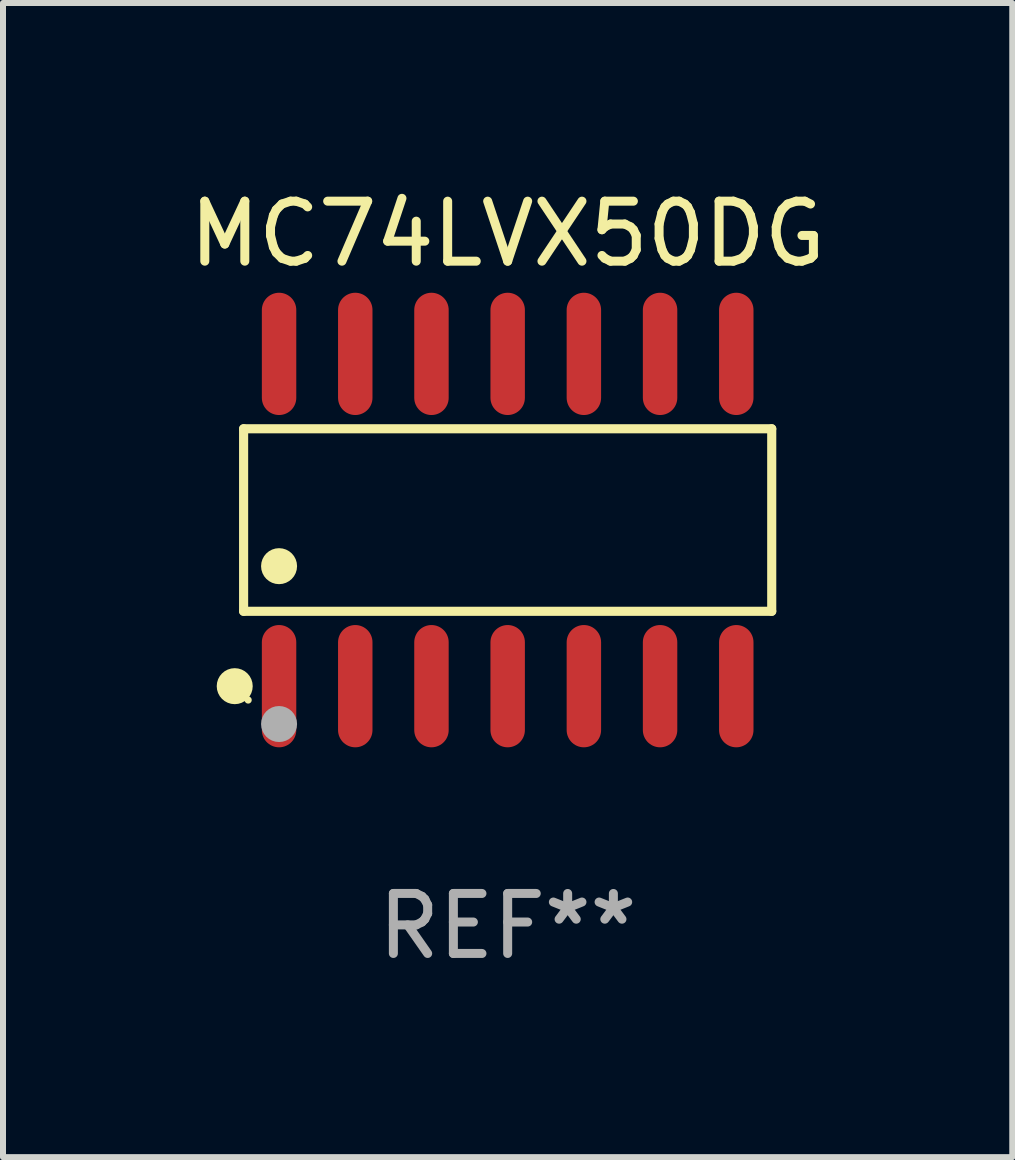
<source format=kicad_pcb>
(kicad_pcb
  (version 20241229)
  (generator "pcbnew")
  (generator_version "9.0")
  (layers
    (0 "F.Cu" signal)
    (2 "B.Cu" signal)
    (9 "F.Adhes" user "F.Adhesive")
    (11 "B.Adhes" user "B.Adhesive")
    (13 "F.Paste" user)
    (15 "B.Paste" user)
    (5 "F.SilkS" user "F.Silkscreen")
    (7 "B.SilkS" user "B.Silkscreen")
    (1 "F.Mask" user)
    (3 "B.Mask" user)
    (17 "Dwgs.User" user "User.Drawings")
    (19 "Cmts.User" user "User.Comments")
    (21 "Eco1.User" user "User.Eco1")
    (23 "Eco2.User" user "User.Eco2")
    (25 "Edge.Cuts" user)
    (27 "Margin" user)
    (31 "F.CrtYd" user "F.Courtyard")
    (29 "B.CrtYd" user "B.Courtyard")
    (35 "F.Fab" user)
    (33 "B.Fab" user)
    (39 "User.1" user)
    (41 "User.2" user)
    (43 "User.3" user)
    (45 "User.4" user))
  (footprint "MC74LVX50DG"
    (layer "F.Cu")
    (at 5.411 5.617)
    (property "Reference" "MC74LVX50DG" (at 0 -4.769 0) (layer "F.SilkS") (effects (font (size 1 1) (thickness 0.15))))
    (attr through_hole)
    (fp_line (start -4.401 -1.521) (end 4.401 -1.521) (stroke (width 0.152) (type solid)) (layer "F.SilkS"))
    (fp_line (start -4.401 1.521) (end -4.401 -1.521) (stroke (width 0.152) (type solid)) (layer "F.SilkS"))
    (fp_line (start 4.401 -1.521) (end 4.401 1.521) (stroke (width 0.152) (type solid)) (layer "F.SilkS"))
    (fp_line (start 4.401 1.521) (end -4.401 1.521) (stroke (width 0.152) (type solid)) (layer "F.SilkS"))
    (fp_circle (center -4.549 2.769) (end -4.399 2.769) (stroke (width 0.3) (type solid)) (fill no) (layer "F.SilkS"))
    (fp_circle (center -4.325 3) (end -4.295 3) (stroke (width 0.06) (type solid)) (fill no) (layer "F.SilkS"))
    (fp_circle (center -3.81 0.769) (end -3.66 0.769) (stroke (width 0.3) (type solid)) (fill no) (layer "F.SilkS"))
    (fp_circle (center -3.81 3.4) (end -3.66 3.4) (stroke (width 0.3) (type solid)) (fill no) (layer "F.Fab"))
    (fp_text user "REF**" (at 0 6.769 0) (layer "F.Fab") (effects (font (size 1 1) (thickness 0.15))))
    (pad "1" smd oval (at -3.81 2.769) (size 0.574 2.038) (layers "F.Cu" "F.Mask" "F.Paste"))
    (pad "2" smd oval (at -2.54 2.769) (size 0.574 2.038) (layers "F.Cu" "F.Mask" "F.Paste"))
    (pad "3" smd oval (at -1.27 2.769) (size 0.574 2.038) (layers "F.Cu" "F.Mask" "F.Paste"))
    (pad "4" smd oval (at 0 2.769) (size 0.574 2.038) (layers "F.Cu" "F.Mask" "F.Paste"))
    (pad "5" smd oval (at 1.27 2.769) (size 0.574 2.038) (layers "F.Cu" "F.Mask" "F.Paste"))
    (pad "6" smd oval (at 2.54 2.769) (size 0.574 2.038) (layers "F.Cu" "F.Mask" "F.Paste"))
    (pad "7" smd oval (at 3.81 2.769) (size 0.574 2.038) (layers "F.Cu" "F.Mask" "F.Paste"))
    (pad "8" smd oval (at 3.81 -2.769) (size 0.574 2.038) (layers "F.Cu" "F.Mask" "F.Paste"))
    (pad "9" smd oval (at 2.54 -2.769) (size 0.574 2.038) (layers "F.Cu" "F.Mask" "F.Paste"))
    (pad "10" smd oval (at 1.27 -2.769) (size 0.574 2.038) (layers "F.Cu" "F.Mask" "F.Paste"))
    (pad "11" smd oval (at 0 -2.769) (size 0.574 2.038) (layers "F.Cu" "F.Mask" "F.Paste"))
    (pad "12" smd oval (at -1.27 -2.769) (size 0.574 2.038) (layers "F.Cu" "F.Mask" "F.Paste"))
    (pad "13" smd oval (at -2.54 -2.769) (size 0.574 2.038) (layers "F.Cu" "F.Mask" "F.Paste"))
    (pad "14" smd oval (at -3.81 -2.769) (size 0.574 2.038) (layers "F.Cu" "F.Mask" "F.Paste")))
  (gr_rect
    (start -3 -3)
    (end 13.821 16.235)
    (stroke (width 0.1) (type default))
    (fill no)
    (layer "Edge.Cuts")))
</source>
